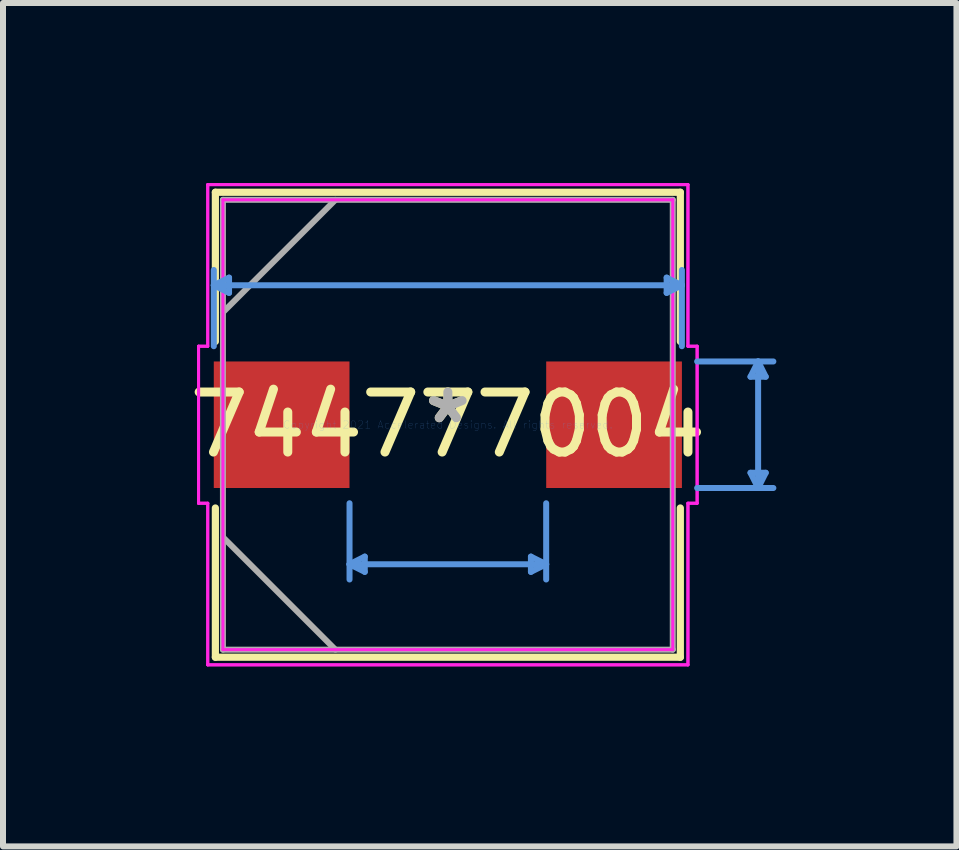
<source format=kicad_pcb>
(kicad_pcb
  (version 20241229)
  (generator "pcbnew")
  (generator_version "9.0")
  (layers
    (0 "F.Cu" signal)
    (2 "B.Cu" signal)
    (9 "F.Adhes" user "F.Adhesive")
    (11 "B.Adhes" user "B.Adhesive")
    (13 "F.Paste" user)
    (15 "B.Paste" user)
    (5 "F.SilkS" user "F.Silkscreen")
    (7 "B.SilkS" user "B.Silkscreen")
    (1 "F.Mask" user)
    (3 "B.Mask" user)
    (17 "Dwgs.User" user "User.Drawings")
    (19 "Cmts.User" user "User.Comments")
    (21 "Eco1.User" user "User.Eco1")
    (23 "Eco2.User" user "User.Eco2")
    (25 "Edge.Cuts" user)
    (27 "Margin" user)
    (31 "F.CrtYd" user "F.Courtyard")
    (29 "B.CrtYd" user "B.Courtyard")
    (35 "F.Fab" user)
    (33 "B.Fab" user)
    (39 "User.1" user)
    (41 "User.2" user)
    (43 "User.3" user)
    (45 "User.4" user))
  (footprint "744777004"
    (layer "F.Cu")
    (at 4.411 4.026)
    (property "Reference" "744777004" (at 0 0 0) (layer "F.SilkS") (effects (font (size 1 1) (thickness 0.15))))
    (attr through_hole)
    (fp_line (start -3.873 -3.873) (end -3.873 -1.387) (stroke (width 0.12) (type solid)) (layer "F.SilkS"))
    (fp_line (start -3.873 1.387) (end -3.873 3.873) (stroke (width 0.12) (type solid)) (layer "F.SilkS"))
    (fp_line (start -3.873 3.873) (end 3.873 3.873) (stroke (width 0.12) (type solid)) (layer "F.SilkS"))
    (fp_line (start 3.873 -3.873) (end -3.873 -3.873) (stroke (width 0.12) (type solid)) (layer "F.SilkS"))
    (fp_line (start 3.873 -1.387) (end 3.873 -3.873) (stroke (width 0.12) (type solid)) (layer "F.SilkS"))
    (fp_line (start 3.873 3.873) (end 3.873 1.387) (stroke (width 0.12) (type solid)) (layer "F.SilkS"))
    (fp_line (start -3.899 -2.324) (end -3.645 -2.451) (stroke (width 0.1) (type solid)) (layer "Cmts.User"))
    (fp_line (start -3.899 -2.324) (end 3.899 -2.324) (stroke (width 0.1) (type solid)) (layer "Cmts.User"))
    (fp_line (start -3.899 -1.308) (end -3.899 -2.578) (stroke (width 0.1) (type solid)) (layer "Cmts.User"))
    (fp_line (start -3.645 -2.451) (end -3.645 -2.197) (stroke (width 0.1) (type solid)) (layer "Cmts.User"))
    (fp_line (start -3.645 -2.197) (end -3.899 -2.324) (stroke (width 0.1) (type solid)) (layer "Cmts.User"))
    (fp_line (start -1.638 1.308) (end -1.638 2.578) (stroke (width 0.1) (type solid)) (layer "Cmts.User"))
    (fp_line (start -1.638 2.324) (end -1.384 2.451) (stroke (width 0.1) (type solid)) (layer "Cmts.User"))
    (fp_line (start -1.638 2.324) (end 1.638 2.324) (stroke (width 0.1) (type solid)) (layer "Cmts.User"))
    (fp_line (start -1.384 2.197) (end -1.638 2.324) (stroke (width 0.1) (type solid)) (layer "Cmts.User"))
    (fp_line (start -1.384 2.451) (end -1.384 2.197) (stroke (width 0.1) (type solid)) (layer "Cmts.User"))
    (fp_line (start 1.384 2.197) (end 1.638 2.324) (stroke (width 0.1) (type solid)) (layer "Cmts.User"))
    (fp_line (start 1.384 2.451) (end 1.384 2.197) (stroke (width 0.1) (type solid)) (layer "Cmts.User"))
    (fp_line (start 1.638 1.308) (end 1.638 2.578) (stroke (width 0.1) (type solid)) (layer "Cmts.User"))
    (fp_line (start 1.638 2.324) (end 1.384 2.451) (stroke (width 0.1) (type solid)) (layer "Cmts.User"))
    (fp_line (start 3.645 -2.451) (end 3.645 -2.197) (stroke (width 0.1) (type solid)) (layer "Cmts.User"))
    (fp_line (start 3.645 -2.197) (end 3.899 -2.324) (stroke (width 0.1) (type solid)) (layer "Cmts.User"))
    (fp_line (start 3.899 -2.324) (end 3.645 -2.451) (stroke (width 0.1) (type solid)) (layer "Cmts.User"))
    (fp_line (start 3.899 -1.308) (end 3.899 -2.578) (stroke (width 0.1) (type solid)) (layer "Cmts.User"))
    (fp_line (start 4.153 -1.054) (end 5.423 -1.054) (stroke (width 0.1) (type solid)) (layer "Cmts.User"))
    (fp_line (start 4.153 1.054) (end 5.423 1.054) (stroke (width 0.1) (type solid)) (layer "Cmts.User"))
    (fp_line (start 5.042 -0.8) (end 5.296 -0.8) (stroke (width 0.1) (type solid)) (layer "Cmts.User"))
    (fp_line (start 5.042 0.8) (end 5.296 0.8) (stroke (width 0.1) (type solid)) (layer "Cmts.User"))
    (fp_line (start 5.169 -1.054) (end 5.042 -0.8) (stroke (width 0.1) (type solid)) (layer "Cmts.User"))
    (fp_line (start 5.169 -1.054) (end 5.169 1.054) (stroke (width 0.1) (type solid)) (layer "Cmts.User"))
    (fp_line (start 5.169 1.054) (end 5.042 0.8) (stroke (width 0.1) (type solid)) (layer "Cmts.User"))
    (fp_line (start 5.296 -0.8) (end 5.169 -1.054) (stroke (width 0.1) (type solid)) (layer "Cmts.User"))
    (fp_line (start 5.296 0.8) (end 5.169 1.054) (stroke (width 0.1) (type solid)) (layer "Cmts.User"))
    (fp_line (start -4.153 -1.308) (end -4 -1.308) (stroke (width 0.05) (type solid)) (layer "F.CrtYd"))
    (fp_line (start -4.153 -1.308) (end -4 -1.308) (stroke (width 0.05) (type solid)) (layer "F.CrtYd"))
    (fp_line (start -4.153 1.308) (end -4.153 -1.308) (stroke (width 0.05) (type solid)) (layer "F.CrtYd"))
    (fp_line (start -4.153 1.308) (end -4.153 -1.308) (stroke (width 0.05) (type solid)) (layer "F.CrtYd"))
    (fp_line (start -4 -4) (end 4 -4) (stroke (width 0.05) (type solid)) (layer "F.CrtYd"))
    (fp_line (start -4 -4) (end 4 -4) (stroke (width 0.05) (type solid)) (layer "F.CrtYd"))
    (fp_line (start -4 -1.308) (end -4 -4) (stroke (width 0.05) (type solid)) (layer "F.CrtYd"))
    (fp_line (start -4 -1.308) (end -4 -4) (stroke (width 0.05) (type solid)) (layer "F.CrtYd"))
    (fp_line (start -4 1.308) (end -4.153 1.308) (stroke (width 0.05) (type solid)) (layer "F.CrtYd"))
    (fp_line (start -4 1.308) (end -4.153 1.308) (stroke (width 0.05) (type solid)) (layer "F.CrtYd"))
    (fp_line (start -4 1.308) (end -4 4) (stroke (width 0.05) (type solid)) (layer "F.CrtYd"))
    (fp_line (start -4 4) (end -4 1.308) (stroke (width 0.05) (type solid)) (layer "F.CrtYd"))
    (fp_line (start -4 4) (end 4 4) (stroke (width 0.05) (type solid)) (layer "F.CrtYd"))
    (fp_line (start -3.747 -3.747) (end 3.747 -3.747) (stroke (width 0.05) (type solid)) (layer "F.CrtYd"))
    (fp_line (start -3.747 3.747) (end -3.747 -3.747) (stroke (width 0.05) (type solid)) (layer "F.CrtYd"))
    (fp_line (start 3.747 -3.747) (end 3.747 3.747) (stroke (width 0.05) (type solid)) (layer "F.CrtYd"))
    (fp_line (start 3.747 3.747) (end -3.747 3.747) (stroke (width 0.05) (type solid)) (layer "F.CrtYd"))
    (fp_line (start 4 -4) (end 4 -1.308) (stroke (width 0.05) (type solid)) (layer "F.CrtYd"))
    (fp_line (start 4 -4) (end 4 -1.308) (stroke (width 0.05) (type solid)) (layer "F.CrtYd"))
    (fp_line (start 4 -1.308) (end 4.153 -1.308) (stroke (width 0.05) (type solid)) (layer "F.CrtYd"))
    (fp_line (start 4 -1.308) (end 4.153 -1.308) (stroke (width 0.05) (type solid)) (layer "F.CrtYd"))
    (fp_line (start 4 1.308) (end 4 4) (stroke (width 0.05) (type solid)) (layer "F.CrtYd"))
    (fp_line (start 4 1.308) (end 4.153 1.308) (stroke (width 0.05) (type solid)) (layer "F.CrtYd"))
    (fp_line (start 4 4) (end -4 4) (stroke (width 0.05) (type solid)) (layer "F.CrtYd"))
    (fp_line (start 4 4) (end 4 1.308) (stroke (width 0.05) (type solid)) (layer "F.CrtYd"))
    (fp_line (start 4.153 -1.308) (end 4.153 1.308) (stroke (width 0.05) (type solid)) (layer "F.CrtYd"))
    (fp_line (start 4.153 -1.308) (end 4.153 1.308) (stroke (width 0.05) (type solid)) (layer "F.CrtYd"))
    (fp_line (start 4.153 1.308) (end 4 1.308) (stroke (width 0.05) (type solid)) (layer "F.CrtYd"))
    (fp_line (start -3.747 -3.747) (end -3.747 3.747) (stroke (width 0.1) (type solid)) (layer "F.Fab"))
    (fp_line (start -3.747 -1.873) (end -1.873 -3.747) (stroke (width 0.1) (type solid)) (layer "F.Fab"))
    (fp_line (start -3.747 1.873) (end -1.873 3.747) (stroke (width 0.1) (type solid)) (layer "F.Fab"))
    (fp_line (start -3.747 3.747) (end 3.747 3.747) (stroke (width 0.1) (type solid)) (layer "F.Fab"))
    (fp_line (start 3.747 -3.747) (end -3.747 -3.747) (stroke (width 0.1) (type solid)) (layer "F.Fab"))
    (fp_line (start 3.747 3.747) (end 3.747 -3.747) (stroke (width 0.1) (type solid)) (layer "F.Fab"))
    (fp_text user "*" (at 0 0 0) (layer "F.SilkS") (effects (font (size 1 1) (thickness 0.15))))
    (fp_text user "Copyright 2021 Accelerated Designs. All rights reserved." (at 0 0 0) (layer "Cmts.User") (effects (font (size 0.127 0.127) (thickness 0.002))))
    (fp_text user "*" (at 0 0 0) (layer "F.Fab") (effects (font (size 1 1) (thickness 0.15))))
    (pad "1" smd rect (at -2.769 0 90) (size 2.108 2.261) (layers "F.Cu" "F.Mask" "F.Paste"))
    (pad "2" smd rect (at 2.769 0 90) (size 2.108 2.261) (layers "F.Cu" "F.Mask" "F.Paste")))
  (gr_rect
    (start -3 -3)
    (end 12.884 11.051)
    (stroke (width 0.1) (type default))
    (fill no)
    (layer "Edge.Cuts")))
</source>
